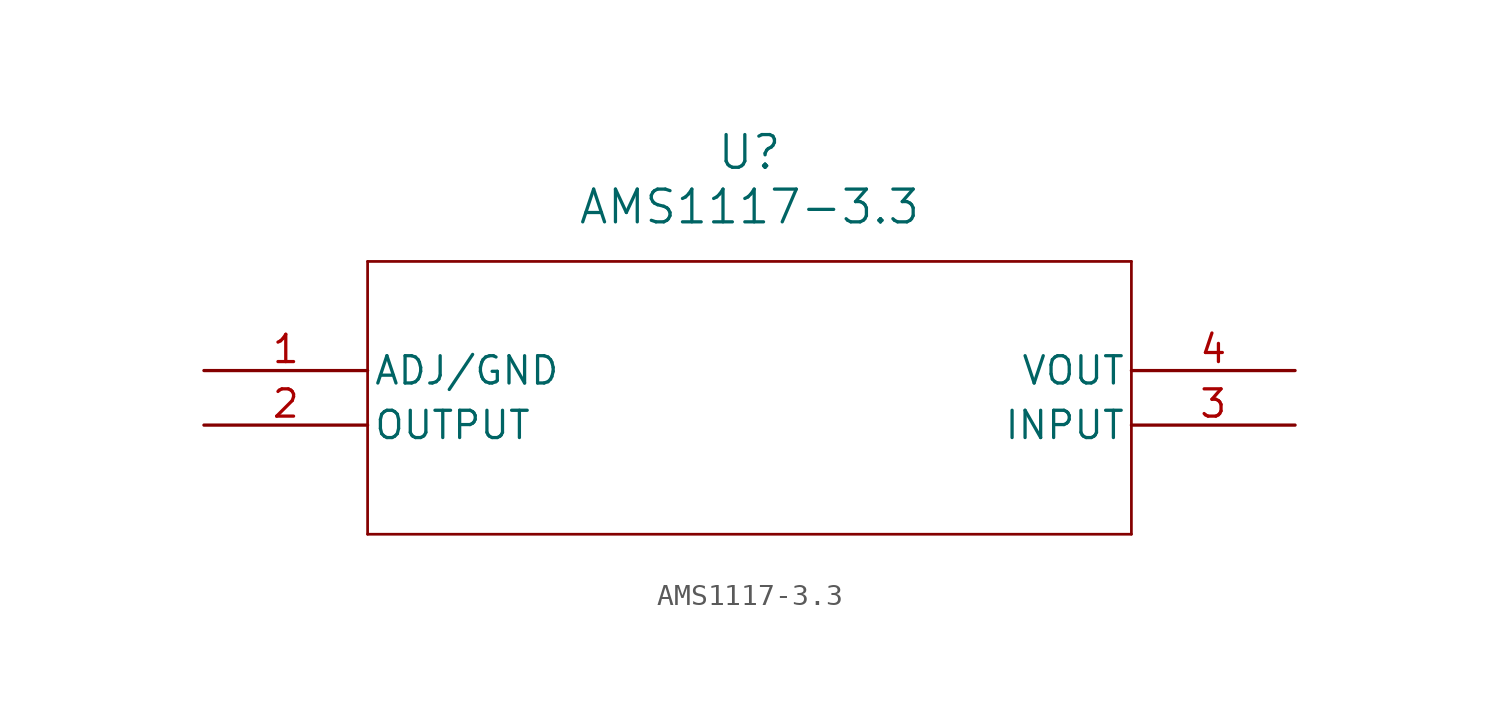
<source format=kicad_sym>
(kicad_symbol_lib
  (version 20211014)
  (generator kicad_symbol_editor)
  (symbol "AMS1117-3.3"
    (pin_names
      (offset 0.254))
    (property "Reference" "U"
      (at 25.4 10.16 0)
      (effects (font (size 1.524 1.524))))
    (property "Value" "AMS1117-3.3"
      (at 25.4 7.62 0)
      (effects (font (size 1.524 1.524))))
    (symbol "AMS1117-3.3_0_1"
      (polyline (pts (xy 7.62 5.08) (xy 7.62 -7.62)) (stroke (width 0.127) (type default) (color 0 0 0 0)) (fill (type none)))
      (polyline (pts (xy 7.62 -7.62) (xy 43.18 -7.62)) (stroke (width 0.127) (type default) (color 0 0 0 0)) (fill (type none)))
      (polyline (pts (xy 43.18 -7.62) (xy 43.18 5.08)) (stroke (width 0.127) (type default) (color 0 0 0 0)) (fill (type none)))
      (polyline (pts (xy 43.18 5.08) (xy 7.62 5.08)) (stroke (width 0.127) (type default) (color 0 0 0 0)) (fill (type none)))
      (pin unspecified line (at 0 0 0) (length 7.62) (name "ADJ/GND" (effects (font (size 1.27 1.27)))) (number "1" (effects (font (size 1.27 1.27)))))
      (pin unspecified line (at 0 -2.54 0) (length 7.62) (name "OUTPUT" (effects (font (size 1.27 1.27)))) (number "2" (effects (font (size 1.27 1.27)))))
      (pin unspecified line (at 50.8 -2.54 180) (length 7.62) (name "INPUT" (effects (font (size 1.27 1.27)))) (number "3" (effects (font (size 1.27 1.27)))))
      (pin unspecified line (at 50.8 0 180) (length 7.62) (name "VOUT" (effects (font (size 1.27 1.27)))) (number "4" (effects (font (size 1.27 1.27))))))))
</source>
